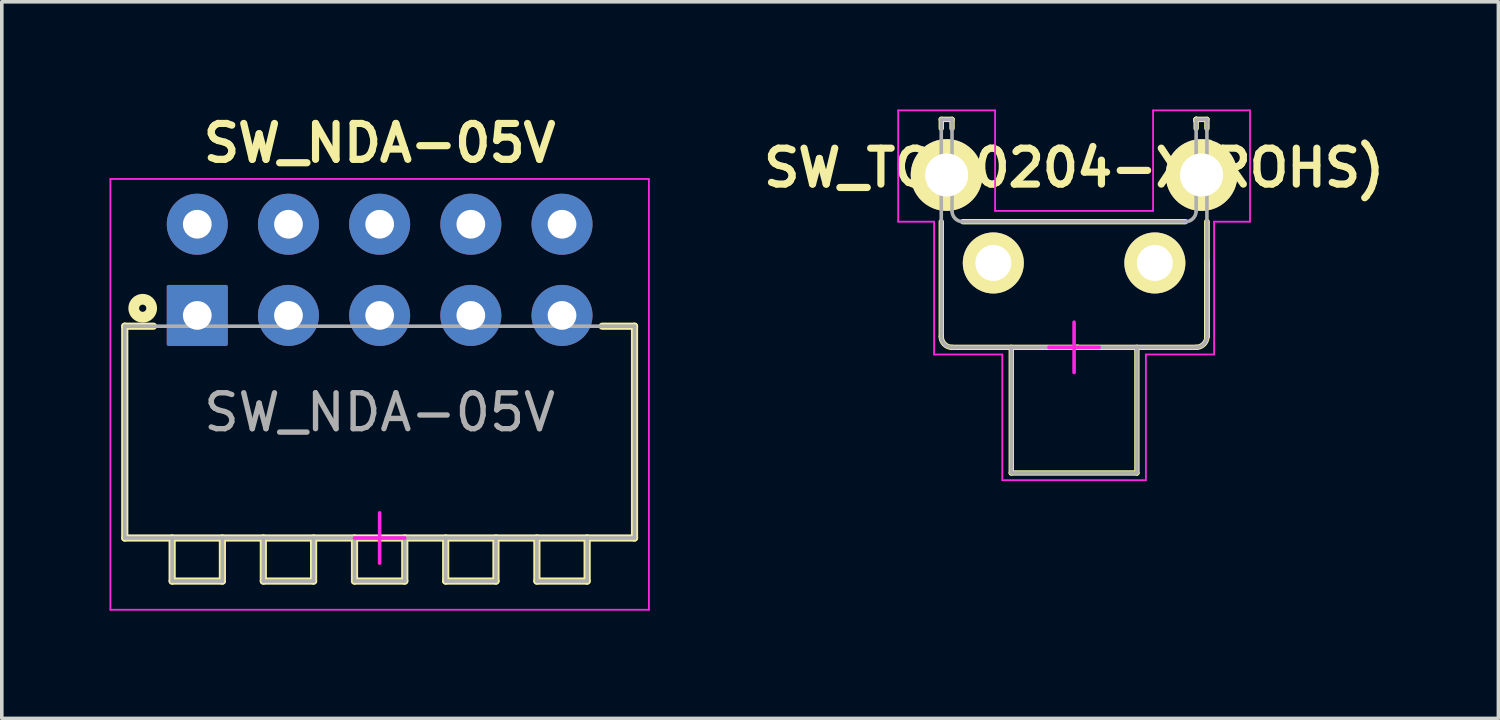
<source format=kicad_pcb>
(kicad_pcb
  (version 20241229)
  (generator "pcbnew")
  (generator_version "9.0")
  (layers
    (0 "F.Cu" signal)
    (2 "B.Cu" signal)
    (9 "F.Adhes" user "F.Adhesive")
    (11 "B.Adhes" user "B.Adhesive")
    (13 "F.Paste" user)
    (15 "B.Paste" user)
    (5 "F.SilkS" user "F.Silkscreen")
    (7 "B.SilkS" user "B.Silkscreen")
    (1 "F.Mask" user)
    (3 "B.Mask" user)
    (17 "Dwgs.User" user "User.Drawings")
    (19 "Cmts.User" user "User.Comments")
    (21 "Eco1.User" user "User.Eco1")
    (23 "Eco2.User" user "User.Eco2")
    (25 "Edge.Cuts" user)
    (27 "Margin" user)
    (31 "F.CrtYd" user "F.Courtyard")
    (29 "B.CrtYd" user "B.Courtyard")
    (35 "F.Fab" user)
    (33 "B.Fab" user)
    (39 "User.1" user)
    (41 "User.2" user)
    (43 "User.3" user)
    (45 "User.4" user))
  (footprint "SW_TC-0204-X(ROHS)"
    (layer "F.Cu")
    (at 26.869 6.625)
    (property "Reference" "SW_TC-0204-X(ROHS)" (at 0 -5 0) (layer "F.SilkS") (effects (font (size 1 1) (thickness 0.2))))
    (attr through_hole)
    (fp_line (start -3.7 -6.1) (end -3.7 -6.35) (stroke (width 0.15) (type solid)) (layer "F.SilkS"))
    (fp_line (start -3.7 -3.5) (end -3.7 -0.3) (stroke (width 0.15) (type solid)) (layer "F.SilkS"))
    (fp_line (start -3.4 -6.35) (end -3.7 -6.35) (stroke (width 0.15) (type solid)) (layer "F.SilkS"))
    (fp_line (start -3.4 -6.1) (end -3.4 -6.35) (stroke (width 0.15) (type solid)) (layer "F.SilkS"))
    (fp_line (start -3.4 0) (end 0 0) (stroke (width 0.15) (type solid)) (layer "F.SilkS"))
    (fp_line (start -1.75 0) (end -1.75 3.5) (stroke (width 0.15) (type solid)) (layer "F.SilkS"))
    (fp_line (start 0.1 0) (end 0 0) (stroke (width 0.15) (type solid)) (layer "F.SilkS"))
    (fp_line (start 0.1 0) (end 0 0) (stroke (width 0.15) (type solid)) (layer "F.SilkS"))
    (fp_line (start 0.1 0) (end 3.4 0) (stroke (width 0.15) (type solid)) (layer "F.SilkS"))
    (fp_line (start 1.75 0) (end 1.75 3.5) (stroke (width 0.15) (type solid)) (layer "F.SilkS"))
    (fp_line (start 1.75 3.5) (end -1.75 3.5) (stroke (width 0.15) (type solid)) (layer "F.SilkS"))
    (fp_line (start 3.1 -3.5) (end -3.1 -3.5) (stroke (width 0.15) (type solid)) (layer "F.SilkS"))
    (fp_line (start 3.4 -6.3) (end 3.4 -6.35) (stroke (width 0.15) (type solid)) (layer "F.SilkS"))
    (fp_line (start 3.4 -6.3) (end 3.4 -6.35) (stroke (width 0.15) (type solid)) (layer "F.SilkS"))
    (fp_line (start 3.4 -6.1) (end 3.4 -6.35) (stroke (width 0.15) (type solid)) (layer "F.SilkS"))
    (fp_line (start 3.7 -6.35) (end 3.4 -6.35) (stroke (width 0.15) (type solid)) (layer "F.SilkS"))
    (fp_line (start 3.7 -6.35) (end 3.7 -6.1) (stroke (width 0.15) (type solid)) (layer "F.SilkS"))
    (fp_line (start 3.7 -3.5) (end 3.7 -0.3) (stroke (width 0.15) (type solid)) (layer "F.SilkS"))
    (fp_line (start 3.7 -3.5) (end 3.7 -0.3) (stroke (width 0.15) (type solid)) (layer "F.SilkS"))
    (fp_line (start 3.7 -2.3) (end 3.7 -2.4) (stroke (width 0.15) (type solid)) (layer "F.SilkS"))
    (fp_line (start 3.7 -0.3) (end 3.7 -2.3) (stroke (width 0.15) (type solid)) (layer "F.SilkS"))
    (fp_arc (start -3.4 0) (mid -3.612132 -0.087868) (end -3.7 -0.3) (stroke (width 0.15) (type solid)) (layer "F.SilkS"))
    (fp_arc (start 3.7 -0.3) (mid 3.612132 -0.087868) (end 3.4 0) (stroke (width 0.15) (type solid)) (layer "F.SilkS"))
    (fp_line (start -4.9 -6.6) (end -4.9 -3.5) (stroke (width 0.05) (type solid)) (layer "F.CrtYd"))
    (fp_line (start -4.9 -6.6) (end -2.2 -6.6) (stroke (width 0.05) (type solid)) (layer "F.CrtYd"))
    (fp_line (start -4.9 -3.5) (end -3.9 -3.5) (stroke (width 0.05) (type solid)) (layer "F.CrtYd"))
    (fp_line (start -3.9 -3.5) (end -3.9 0.2) (stroke (width 0.05) (type solid)) (layer "F.CrtYd"))
    (fp_line (start -3.9 0.2) (end -2 0.2) (stroke (width 0.05) (type solid)) (layer "F.CrtYd"))
    (fp_line (start -2.2 -6.6) (end -2.2 -3.8) (stroke (width 0.05) (type solid)) (layer "F.CrtYd"))
    (fp_line (start -2 0.2) (end -2 3.7) (stroke (width 0.05) (type solid)) (layer "F.CrtYd"))
    (fp_line (start -2 3.7) (end 2 3.7) (stroke (width 0.05) (type solid)) (layer "F.CrtYd"))
    (fp_line (start 0 -0.7) (end 0 0.7) (stroke (width 0.1) (type solid)) (layer "F.CrtYd"))
    (fp_line (start 0.7 0) (end -0.7 0) (stroke (width 0.1) (type solid)) (layer "F.CrtYd"))
    (fp_line (start 2 0.2) (end 3.9 0.2) (stroke (width 0.05) (type solid)) (layer "F.CrtYd"))
    (fp_line (start 2 3.7) (end 2 0.2) (stroke (width 0.05) (type solid)) (layer "F.CrtYd"))
    (fp_line (start 2.2 -3.8) (end -2.2 -3.8) (stroke (width 0.05) (type solid)) (layer "F.CrtYd"))
    (fp_line (start 2.2 -3.8) (end 2.2 -6.6) (stroke (width 0.05) (type solid)) (layer "F.CrtYd"))
    (fp_line (start 3.9 -3.5) (end 4.9 -3.5) (stroke (width 0.05) (type solid)) (layer "F.CrtYd"))
    (fp_line (start 3.9 0.2) (end 3.9 -3.5) (stroke (width 0.05) (type solid)) (layer "F.CrtYd"))
    (fp_line (start 4.9 -6.6) (end 2.2 -6.6) (stroke (width 0.05) (type solid)) (layer "F.CrtYd"))
    (fp_line (start 4.9 -3.5) (end 4.9 -6.6) (stroke (width 0.05) (type solid)) (layer "F.CrtYd"))
    (fp_line (start -3.7 -6.35) (end -3.7 -0.3) (stroke (width 0.1) (type solid)) (layer "F.Fab"))
    (fp_line (start -3.4 -6.35) (end -3.7 -6.35) (stroke (width 0.1) (type solid)) (layer "F.Fab"))
    (fp_line (start -3.4 -3.8) (end -3.4 -6.35) (stroke (width 0.1) (type solid)) (layer "F.Fab"))
    (fp_line (start -3.4 0) (end 3.4 0) (stroke (width 0.1) (type solid)) (layer "F.Fab"))
    (fp_line (start -1.75 0) (end -1.75 3.5) (stroke (width 0.1) (type solid)) (layer "F.Fab"))
    (fp_line (start 1.75 0) (end 1.75 3.5) (stroke (width 0.1) (type solid)) (layer "F.Fab"))
    (fp_line (start 1.75 3.5) (end -1.75 3.5) (stroke (width 0.1) (type solid)) (layer "F.Fab"))
    (fp_line (start 3.1 -3.5) (end -3.1 -3.5) (stroke (width 0.1) (type solid)) (layer "F.Fab"))
    (fp_line (start 3.4 -3.8) (end 3.4 -6.35) (stroke (width 0.1) (type solid)) (layer "F.Fab"))
    (fp_line (start 3.7 -6.35) (end 3.4 -6.35) (stroke (width 0.1) (type solid)) (layer "F.Fab"))
    (fp_line (start 3.7 -6.35) (end 3.7 -0.3) (stroke (width 0.1) (type solid)) (layer "F.Fab"))
    (fp_arc (start -3.4 0) (mid -3.612132 -0.087868) (end -3.7 -0.3) (stroke (width 0.1) (type solid)) (layer "F.Fab"))
    (fp_arc (start -3.1 -3.5) (mid -3.312132 -3.587868) (end -3.4 -3.8) (stroke (width 0.1) (type solid)) (layer "F.Fab"))
    (fp_arc (start 3.4 -3.8) (mid 3.312132 -3.587868) (end 3.1 -3.5) (stroke (width 0.1) (type solid)) (layer "F.Fab"))
    (fp_arc (start 3.7 -0.3) (mid 3.612132 -0.087868) (end 3.4 0) (stroke (width 0.1) (type solid)) (layer "F.Fab"))
    (pad "1" thru_hole circle (at -2.25 -2.35) (size 1.7 1.7) (drill 1) (layers "*.Cu" "*.Mask" "F.SilkS"))
    (pad "2" thru_hole circle (at 2.25 -2.35) (size 1.7 1.7) (drill 1) (layers "*.Cu" "*.Mask" "F.SilkS"))
    (pad "3" thru_hole circle (at -3.55 -4.8) (size 2 2) (drill 1.2) (layers "*.Cu" "*.Mask" "F.SilkS"))
    (pad "4" thru_hole circle (at 3.55 -4.8) (size 2 2) (drill 1.2) (layers "*.Cu" "*.Mask" "F.SilkS")))
  (footprint "SW_NDA-05V"
    (layer "F.Cu")
    (at 7.525 11.936)
    (property "Reference" "SW_NDA-05V" (at 0 -11 0) (layer "F.SilkS") (effects (font (size 1 1) (thickness 0.2))))
    (attr through_hole)
    (fp_line (start -7.1 -5.9) (end -6.3 -5.9) (stroke (width 0.2) (type solid)) (layer "F.SilkS"))
    (fp_line (start -7.1 0) (end -7.1 -5.9) (stroke (width 0.2) (type solid)) (layer "F.SilkS"))
    (fp_line (start -5.78 1.2) (end -5.78 0) (stroke (width 0.2) (type solid)) (layer "F.SilkS"))
    (fp_line (start -4.38 0) (end -4.38 1.2) (stroke (width 0.2) (type solid)) (layer "F.SilkS"))
    (fp_line (start -4.38 1.2) (end -5.78 1.2) (stroke (width 0.2) (type solid)) (layer "F.SilkS"))
    (fp_line (start -3.24 1.2) (end -3.24 0) (stroke (width 0.2) (type solid)) (layer "F.SilkS"))
    (fp_line (start -1.84 0) (end -1.84 1.2) (stroke (width 0.2) (type solid)) (layer "F.SilkS"))
    (fp_line (start -1.84 1.2) (end -3.24 1.2) (stroke (width 0.2) (type solid)) (layer "F.SilkS"))
    (fp_line (start -0.7 1.2) (end -0.7 0) (stroke (width 0.2) (type solid)) (layer "F.SilkS"))
    (fp_line (start 0.7 0) (end 0.7 1.2) (stroke (width 0.2) (type solid)) (layer "F.SilkS"))
    (fp_line (start 0.7 1.2) (end -0.7 1.2) (stroke (width 0.2) (type solid)) (layer "F.SilkS"))
    (fp_line (start 1.84 1.2) (end 1.84 0) (stroke (width 0.2) (type solid)) (layer "F.SilkS"))
    (fp_line (start 3.24 0) (end 3.24 1.2) (stroke (width 0.2) (type solid)) (layer "F.SilkS"))
    (fp_line (start 3.24 1.2) (end 1.84 1.2) (stroke (width 0.2) (type solid)) (layer "F.SilkS"))
    (fp_line (start 4.38 1.2) (end 4.38 0) (stroke (width 0.2) (type solid)) (layer "F.SilkS"))
    (fp_line (start 5.78 0) (end 5.78 1.2) (stroke (width 0.2) (type solid)) (layer "F.SilkS"))
    (fp_line (start 5.78 1.2) (end 4.38 1.2) (stroke (width 0.2) (type solid)) (layer "F.SilkS"))
    (fp_line (start 7.1 -5.9) (end 6.2 -5.9) (stroke (width 0.2) (type solid)) (layer "F.SilkS"))
    (fp_line (start 7.1 -5.9) (end 7.1 0) (stroke (width 0.2) (type solid)) (layer "F.SilkS"))
    (fp_line (start 7.1 0) (end -7.1 0) (stroke (width 0.2) (type solid)) (layer "F.SilkS"))
    (fp_circle (center -6.6 -6.4) (end -6.5 -6.4) (stroke (width 0.3) (type solid)) (fill no) (layer "F.SilkS"))
    (fp_line (start -7.5 -10) (end -7.5 2) (stroke (width 0.05) (type solid)) (layer "F.CrtYd"))
    (fp_line (start -7.5 2) (end 7.5 2) (stroke (width 0.05) (type solid)) (layer "F.CrtYd"))
    (fp_line (start -0.7 0) (end 0.7 0) (stroke (width 0.1) (type solid)) (layer "F.CrtYd"))
    (fp_line (start 0 -0.7) (end 0 0.7) (stroke (width 0.1) (type solid)) (layer "F.CrtYd"))
    (fp_line (start 7.5 -10) (end -7.5 -10) (stroke (width 0.05) (type solid)) (layer "F.CrtYd"))
    (fp_line (start 7.5 2) (end 7.5 -10) (stroke (width 0.05) (type solid)) (layer "F.CrtYd"))
    (fp_line (start -7.1 0) (end -7.1 -5.9) (stroke (width 0.1) (type solid)) (layer "F.Fab"))
    (fp_line (start -5.78 1.2) (end -5.78 0) (stroke (width 0.1) (type solid)) (layer "F.Fab"))
    (fp_line (start -4.38 0) (end -4.38 1.2) (stroke (width 0.1) (type solid)) (layer "F.Fab"))
    (fp_line (start -4.38 1.2) (end -5.78 1.2) (stroke (width 0.1) (type solid)) (layer "F.Fab"))
    (fp_line (start -3.24 1.2) (end -3.24 0) (stroke (width 0.1) (type solid)) (layer "F.Fab"))
    (fp_line (start -1.84 0) (end -1.84 1.2) (stroke (width 0.1) (type solid)) (layer "F.Fab"))
    (fp_line (start -1.84 1.2) (end -3.24 1.2) (stroke (width 0.1) (type solid)) (layer "F.Fab"))
    (fp_line (start -0.7 1.2) (end -0.7 0) (stroke (width 0.1) (type solid)) (layer "F.Fab"))
    (fp_line (start 0.7 0) (end 0.7 1.2) (stroke (width 0.1) (type solid)) (layer "F.Fab"))
    (fp_line (start 0.7 1.2) (end -0.7 1.2) (stroke (width 0.1) (type solid)) (layer "F.Fab"))
    (fp_line (start 1.84 1.2) (end 1.84 0) (stroke (width 0.1) (type solid)) (layer "F.Fab"))
    (fp_line (start 3.24 0) (end 3.24 1.2) (stroke (width 0.1) (type solid)) (layer "F.Fab"))
    (fp_line (start 3.24 1.2) (end 1.84 1.2) (stroke (width 0.1) (type solid)) (layer "F.Fab"))
    (fp_line (start 4.38 1.2) (end 4.38 0) (stroke (width 0.1) (type solid)) (layer "F.Fab"))
    (fp_line (start 5.78 0) (end 5.78 1.2) (stroke (width 0.1) (type solid)) (layer "F.Fab"))
    (fp_line (start 5.78 1.2) (end 4.38 1.2) (stroke (width 0.1) (type solid)) (layer "F.Fab"))
    (fp_line (start 7.1 -5.9) (end -7.1 -5.9) (stroke (width 0.1) (type solid)) (layer "F.Fab"))
    (fp_line (start 7.1 0) (end -7.1 0) (stroke (width 0.1) (type solid)) (layer "F.Fab"))
    (fp_line (start 7.1 0) (end 7.1 -5.9) (stroke (width 0.1) (type solid)) (layer "F.Fab"))
    (fp_text user "${REFERENCE}" (at 0 -3.5 0) (layer "F.Fab") (effects (font (size 1 1) (thickness 0.15))))
    (pad "1" thru_hole roundrect (at -5.08 -6.2) (size 1.7 1.7) (drill 0.8) (layers "*.Cu" "*.Mask") (roundrect_rratio 0.03))
    (pad "2" thru_hole circle (at -2.54 -6.2) (size 1.7 1.7) (drill 0.8) (layers "*.Cu" "*.Mask"))
    (pad "3" thru_hole circle (at 0 -6.2) (size 1.7 1.7) (drill 0.8) (layers "*.Cu" "*.Mask"))
    (pad "4" thru_hole circle (at 2.54 -6.2) (size 1.7 1.7) (drill 0.8) (layers "*.Cu" "*.Mask"))
    (pad "5" thru_hole circle (at 5.08 -6.2) (size 1.7 1.7) (drill 0.8) (layers "*.Cu" "*.Mask"))
    (pad "6" thru_hole circle (at 5.08 -8.74) (size 1.7 1.7) (drill 0.8) (layers "*.Cu" "*.Mask"))
    (pad "7" thru_hole circle (at 2.54 -8.74) (size 1.7 1.7) (drill 0.8) (layers "*.Cu" "*.Mask"))
    (pad "8" thru_hole circle (at 0 -8.74) (size 1.7 1.7) (drill 0.8) (layers "*.Cu" "*.Mask"))
    (pad "9" thru_hole circle (at -2.54 -8.74) (size 1.7 1.7) (drill 0.8) (layers "*.Cu" "*.Mask"))
    (pad "10" thru_hole circle (at -5.08 -8.74) (size 1.7 1.7) (drill 0.8) (layers "*.Cu" "*.Mask")))
  (gr_rect
    (start -3 -3)
    (end 38.688 16.961)
    (stroke (width 0.1) (type default))
    (fill no)
    (layer "Edge.Cuts")))
</source>
